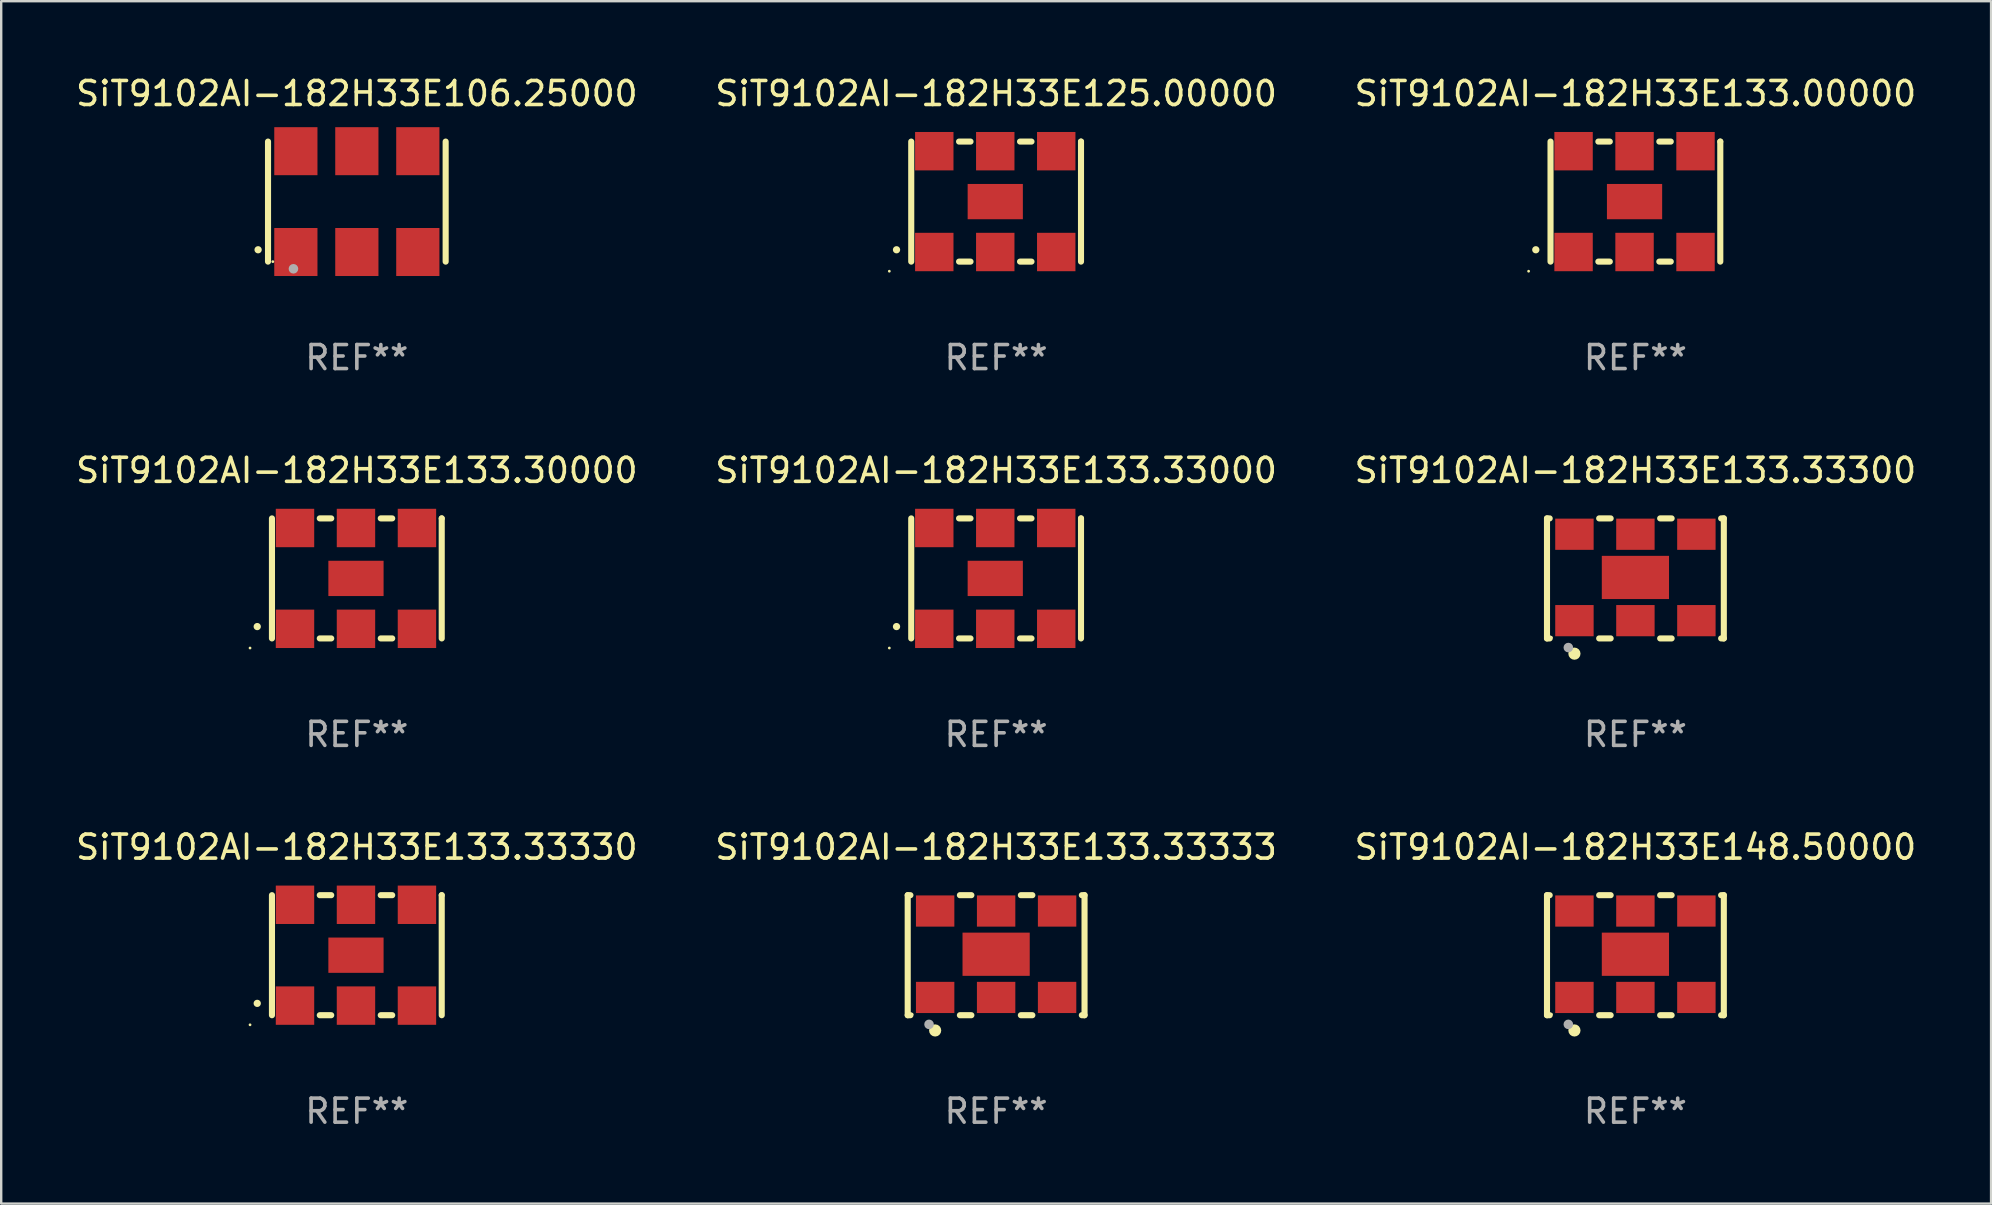
<source format=kicad_pcb>
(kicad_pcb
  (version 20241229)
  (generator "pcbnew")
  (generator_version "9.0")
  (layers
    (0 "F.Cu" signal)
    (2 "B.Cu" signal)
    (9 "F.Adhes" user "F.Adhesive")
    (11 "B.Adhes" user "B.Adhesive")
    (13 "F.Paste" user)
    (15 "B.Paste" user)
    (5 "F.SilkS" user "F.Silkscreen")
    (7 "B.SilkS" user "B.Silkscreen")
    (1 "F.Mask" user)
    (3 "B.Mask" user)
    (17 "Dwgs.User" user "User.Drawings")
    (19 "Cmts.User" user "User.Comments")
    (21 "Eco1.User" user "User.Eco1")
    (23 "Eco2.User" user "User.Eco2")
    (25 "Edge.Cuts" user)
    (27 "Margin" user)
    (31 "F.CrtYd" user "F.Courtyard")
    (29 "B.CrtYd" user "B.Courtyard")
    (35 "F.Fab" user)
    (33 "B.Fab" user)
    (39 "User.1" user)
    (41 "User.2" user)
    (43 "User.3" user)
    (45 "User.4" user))
  (footprint "SiT9102AI-182H33E133.33300"
    (layer "F.Cu")
    (at 65.077 21.045)
    (property "Reference" "SiT9102AI-182H33E133.33300" (at 0 -4.5 0) (layer "F.SilkS") (effects (font (size 1 1) (thickness 0.15))))
    (attr through_hole)
    (fp_line (start -3.683 -2.5) (end -3.571 -2.5) (stroke (width 0.254) (type solid)) (layer "F.SilkS"))
    (fp_line (start -3.683 2.5) (end -3.683 -2.5) (stroke (width 0.254) (type solid)) (layer "F.SilkS"))
    (fp_line (start -3.683 2.5) (end -3.571 2.5) (stroke (width 0.254) (type solid)) (layer "F.SilkS"))
    (fp_line (start -1.509 -2.5) (end -1.031 -2.5) (stroke (width 0.254) (type solid)) (layer "F.SilkS"))
    (fp_line (start -1.509 2.5) (end -1.031 2.5) (stroke (width 0.254) (type solid)) (layer "F.SilkS"))
    (fp_line (start 1.031 -2.5) (end 1.509 -2.5) (stroke (width 0.254) (type solid)) (layer "F.SilkS"))
    (fp_line (start 1.031 2.5) (end 1.509 2.5) (stroke (width 0.254) (type solid)) (layer "F.SilkS"))
    (fp_line (start 3.571 -2.5) (end 3.683 -2.5) (stroke (width 0.254) (type solid)) (layer "F.SilkS"))
    (fp_line (start 3.571 2.5) (end 3.683 2.5) (stroke (width 0.254) (type solid)) (layer "F.SilkS"))
    (fp_line (start 3.683 2.5) (end 3.683 -2.5) (stroke (width 0.254) (type solid)) (layer "F.SilkS"))
    (fp_circle (center -3.5 2.46) (end -3.47 2.46) (stroke (width 0.06) (type solid)) (fill no) (layer "F.SilkS"))
    (fp_circle (center -2.54 3.135) (end -2.413 3.135) (stroke (width 0.254) (type solid)) (fill no) (layer "F.SilkS"))
    (fp_circle (center -2.794 2.881) (end -2.694 2.881) (stroke (width 0.2) (type solid)) (fill no) (layer "F.Fab"))
    (fp_text user "REF**" (at 0 6.5 0) (layer "F.Fab") (effects (font (size 1 1) (thickness 0.15))))
    (pad "1" smd rect (at -2.54 1.76) (size 1.6 1.3) (layers "F.Cu" "F.Mask" "F.Paste"))
    (pad "2" smd rect (at 0 1.76) (size 1.6 1.3) (layers "F.Cu" "F.Mask" "F.Paste"))
    (pad "3" smd rect (at 2.54 1.76) (size 1.6 1.3) (layers "F.Cu" "F.Mask" "F.Paste"))
    (pad "4" smd rect (at 2.54 -1.84) (size 1.6 1.3) (layers "F.Cu" "F.Mask" "F.Paste"))
    (pad "5" smd rect (at 0 -1.84) (size 1.6 1.3) (layers "F.Cu" "F.Mask" "F.Paste"))
    (pad "6" smd rect (at -2.54 -1.84) (size 1.6 1.3) (layers "F.Cu" "F.Mask" "F.Paste"))
    (pad "7" smd rect (at 0 -0.04) (size 2.8 1.8) (layers "F.Cu" "F.Mask" "F.Paste")))
  (footprint "SiT9102AI-182H33E148.50000"
    (layer "F.Cu")
    (at 65.077 36.741)
    (property "Reference" "SiT9102AI-182H33E148.50000" (at 0 -4.5 0) (layer "F.SilkS") (effects (font (size 1 1) (thickness 0.15))))
    (attr through_hole)
    (fp_line (start -3.683 -2.5) (end -3.571 -2.5) (stroke (width 0.254) (type solid)) (layer "F.SilkS"))
    (fp_line (start -3.683 2.5) (end -3.683 -2.5) (stroke (width 0.254) (type solid)) (layer "F.SilkS"))
    (fp_line (start -3.683 2.5) (end -3.571 2.5) (stroke (width 0.254) (type solid)) (layer "F.SilkS"))
    (fp_line (start -1.509 -2.5) (end -1.031 -2.5) (stroke (width 0.254) (type solid)) (layer "F.SilkS"))
    (fp_line (start -1.509 2.5) (end -1.031 2.5) (stroke (width 0.254) (type solid)) (layer "F.SilkS"))
    (fp_line (start 1.031 -2.5) (end 1.509 -2.5) (stroke (width 0.254) (type solid)) (layer "F.SilkS"))
    (fp_line (start 1.031 2.5) (end 1.509 2.5) (stroke (width 0.254) (type solid)) (layer "F.SilkS"))
    (fp_line (start 3.571 -2.5) (end 3.683 -2.5) (stroke (width 0.254) (type solid)) (layer "F.SilkS"))
    (fp_line (start 3.571 2.5) (end 3.683 2.5) (stroke (width 0.254) (type solid)) (layer "F.SilkS"))
    (fp_line (start 3.683 2.5) (end 3.683 -2.5) (stroke (width 0.254) (type solid)) (layer "F.SilkS"))
    (fp_circle (center -3.5 2.46) (end -3.47 2.46) (stroke (width 0.06) (type solid)) (fill no) (layer "F.SilkS"))
    (fp_circle (center -2.54 3.135) (end -2.413 3.135) (stroke (width 0.254) (type solid)) (fill no) (layer "F.SilkS"))
    (fp_circle (center -2.794 2.881) (end -2.694 2.881) (stroke (width 0.2) (type solid)) (fill no) (layer "F.Fab"))
    (fp_text user "REF**" (at 0 6.5 0) (layer "F.Fab") (effects (font (size 1 1) (thickness 0.15))))
    (pad "1" smd rect (at -2.54 1.76) (size 1.6 1.3) (layers "F.Cu" "F.Mask" "F.Paste"))
    (pad "2" smd rect (at 0 1.76) (size 1.6 1.3) (layers "F.Cu" "F.Mask" "F.Paste"))
    (pad "3" smd rect (at 2.54 1.76) (size 1.6 1.3) (layers "F.Cu" "F.Mask" "F.Paste"))
    (pad "4" smd rect (at 2.54 -1.84) (size 1.6 1.3) (layers "F.Cu" "F.Mask" "F.Paste"))
    (pad "5" smd rect (at 0 -1.84) (size 1.6 1.3) (layers "F.Cu" "F.Mask" "F.Paste"))
    (pad "6" smd rect (at -2.54 -1.84) (size 1.6 1.3) (layers "F.Cu" "F.Mask" "F.Paste"))
    (pad "7" smd rect (at 0 -0.04) (size 2.8 1.8) (layers "F.Cu" "F.Mask" "F.Paste")))
  (footprint "SiT9102AI-182H33E106.25000"
    (layer "F.Cu")
    (at 11.815 5.348)
    (property "Reference" "SiT9102AI-182H33E106.25000" (at 0 -4.5 0) (layer "F.SilkS") (effects (font (size 1 1) (thickness 0.15))))
    (attr through_hole)
    (fp_line (start -3.7 -2.5) (end -3.7 2.5) (stroke (width 0.254) (type solid)) (layer "F.SilkS"))
    (fp_line (start 3.7 -2.5) (end 3.7 2.5) (stroke (width 0.254) (type solid)) (layer "F.SilkS"))
    (fp_arc (start -4.114415 2.006604) (mid -4.113145 2.006599) (end -4.111875 2.006604) (stroke (width 0.3) (type solid)) (layer "F.SilkS"))
    (fp_circle (center -3.5 2.501) (end -3.47 2.501) (stroke (width 0.06) (type solid)) (fill no) (layer "F.SilkS"))
    (fp_circle (center -2.641 2.799) (end -2.541 2.799) (stroke (width 0.2) (type solid)) (fill no) (layer "F.Fab"))
    (fp_text user "REF**" (at 0 6.5 0) (layer "F.Fab") (effects (font (size 1 1) (thickness 0.15))))
    (pad "1" smd rect (at -2.54 2.1) (size 1.8 2) (layers "F.Cu" "F.Mask" "F.Paste"))
    (pad "2" smd rect (at 0.000394 2.1) (size 1.8 2) (layers "F.Cu" "F.Mask" "F.Paste"))
    (pad "3" smd rect (at 2.54 2.1) (size 1.8 2) (layers "F.Cu" "F.Mask" "F.Paste"))
    (pad "4" smd rect (at 2.54 -2.1) (size 1.8 2) (layers "F.Cu" "F.Mask" "F.Paste"))
    (pad "5" smd rect (at 0.000394 -2.1) (size 1.8 2) (layers "F.Cu" "F.Mask" "F.Paste"))
    (pad "6" smd rect (at -2.54 -2.1) (size 1.8 2) (layers "F.Cu" "F.Mask" "F.Paste")))
  (footprint "SiT9102AI-182H33E133.30000"
    (layer "F.Cu")
    (at 11.815 21.045)
    (property "Reference" "SiT9102AI-182H33E133.30000" (at 0 -4.5 0) (layer "F.SilkS") (effects (font (size 1 1) (thickness 0.15))))
    (attr through_hole)
    (fp_line (start -3.536 -2.5) (end -3.536 2.5) (stroke (width 0.254) (type solid)) (layer "F.SilkS"))
    (fp_line (start -1.544 2.5) (end -1.067 2.5) (stroke (width 0.254) (type solid)) (layer "F.SilkS"))
    (fp_line (start -1.067 -2.5) (end -1.544 -2.5) (stroke (width 0.254) (type solid)) (layer "F.SilkS"))
    (fp_line (start 0.996 2.5) (end 1.473 2.5) (stroke (width 0.254) (type solid)) (layer "F.SilkS"))
    (fp_line (start 1.473 -2.5) (end 0.996 -2.5) (stroke (width 0.254) (type solid)) (layer "F.SilkS"))
    (fp_line (start 3.536 -2.5) (end 3.536 -2.5) (stroke (width 0.254) (type solid)) (layer "F.SilkS"))
    (fp_line (start 3.536 2.5) (end 3.536 -2.5) (stroke (width 0.254) (type solid)) (layer "F.SilkS"))
    (fp_arc (start -4.150432 2.006604) (mid -4.149162 2.006599) (end -4.147892 2.006604) (stroke (width 0.3) (type solid)) (layer "F.SilkS"))
    (fp_circle (center -4.449 2.9) (end -4.419 2.9) (stroke (width 0.06) (type solid)) (fill no) (layer "F.SilkS"))
    (fp_text user "REF**" (at 0 6.5 0) (layer "F.Fab") (effects (font (size 1 1) (thickness 0.15))))
    (pad "1" smd rect (at -2.576 2.1) (size 1.6 1.6) (layers "F.Cu" "F.Mask" "F.Paste"))
    (pad "2" smd rect (at -0.036 2.1) (size 1.6 1.6) (layers "F.Cu" "F.Mask" "F.Paste"))
    (pad "3" smd rect (at 2.504 2.1) (size 1.6 1.6) (layers "F.Cu" "F.Mask" "F.Paste"))
    (pad "4" smd rect (at 2.504 -2.1) (size 1.6 1.6) (layers "F.Cu" "F.Mask" "F.Paste"))
    (pad "5" smd rect (at -0.036 -2.1) (size 1.6 1.6) (layers "F.Cu" "F.Mask" "F.Paste"))
    (pad "6" smd rect (at -2.576 -2.1) (size 1.6 1.6) (layers "F.Cu" "F.Mask" "F.Paste"))
    (pad "7" smd rect (at -0.036 0) (size 2.3 1.47) (layers "F.Cu" "F.Mask" "F.Paste")))
  (footprint "SiT9102AI-182H33E133.33333"
    (layer "F.Cu")
    (at 38.446 36.741)
    (property "Reference" "SiT9102AI-182H33E133.33333" (at 0 -4.5 0) (layer "F.SilkS") (effects (font (size 1 1) (thickness 0.15))))
    (attr through_hole)
    (fp_line (start -3.683 -2.5) (end -3.571 -2.5) (stroke (width 0.254) (type solid)) (layer "F.SilkS"))
    (fp_line (start -3.683 2.5) (end -3.683 -2.5) (stroke (width 0.254) (type solid)) (layer "F.SilkS"))
    (fp_line (start -3.683 2.5) (end -3.571 2.5) (stroke (width 0.254) (type solid)) (layer "F.SilkS"))
    (fp_line (start -1.509 -2.5) (end -1.031 -2.5) (stroke (width 0.254) (type solid)) (layer "F.SilkS"))
    (fp_line (start -1.509 2.5) (end -1.031 2.5) (stroke (width 0.254) (type solid)) (layer "F.SilkS"))
    (fp_line (start 1.031 -2.5) (end 1.509 -2.5) (stroke (width 0.254) (type solid)) (layer "F.SilkS"))
    (fp_line (start 1.031 2.5) (end 1.509 2.5) (stroke (width 0.254) (type solid)) (layer "F.SilkS"))
    (fp_line (start 3.571 -2.5) (end 3.683 -2.5) (stroke (width 0.254) (type solid)) (layer "F.SilkS"))
    (fp_line (start 3.571 2.5) (end 3.683 2.5) (stroke (width 0.254) (type solid)) (layer "F.SilkS"))
    (fp_line (start 3.683 2.5) (end 3.683 -2.5) (stroke (width 0.254) (type solid)) (layer "F.SilkS"))
    (fp_circle (center -3.5 2.46) (end -3.47 2.46) (stroke (width 0.06) (type solid)) (fill no) (layer "F.SilkS"))
    (fp_circle (center -2.54 3.135) (end -2.413 3.135) (stroke (width 0.254) (type solid)) (fill no) (layer "F.SilkS"))
    (fp_circle (center -2.794 2.881) (end -2.694 2.881) (stroke (width 0.2) (type solid)) (fill no) (layer "F.Fab"))
    (fp_text user "REF**" (at 0 6.5 0) (layer "F.Fab") (effects (font (size 1 1) (thickness 0.15))))
    (pad "1" smd rect (at -2.54 1.76) (size 1.6 1.3) (layers "F.Cu" "F.Mask" "F.Paste"))
    (pad "2" smd rect (at 0 1.76) (size 1.6 1.3) (layers "F.Cu" "F.Mask" "F.Paste"))
    (pad "3" smd rect (at 2.54 1.76) (size 1.6 1.3) (layers "F.Cu" "F.Mask" "F.Paste"))
    (pad "4" smd rect (at 2.54 -1.84) (size 1.6 1.3) (layers "F.Cu" "F.Mask" "F.Paste"))
    (pad "5" smd rect (at 0 -1.84) (size 1.6 1.3) (layers "F.Cu" "F.Mask" "F.Paste"))
    (pad "6" smd rect (at -2.54 -1.84) (size 1.6 1.3) (layers "F.Cu" "F.Mask" "F.Paste"))
    (pad "7" smd rect (at 0 -0.04) (size 2.8 1.8) (layers "F.Cu" "F.Mask" "F.Paste")))
  (footprint "SiT9102AI-182H33E133.33000"
    (layer "F.Cu")
    (at 38.446 21.045)
    (property "Reference" "SiT9102AI-182H33E133.33000" (at 0 -4.5 0) (layer "F.SilkS") (effects (font (size 1 1) (thickness 0.15))))
    (attr through_hole)
    (fp_line (start -3.536 -2.5) (end -3.536 2.5) (stroke (width 0.254) (type solid)) (layer "F.SilkS"))
    (fp_line (start -1.544 2.5) (end -1.067 2.5) (stroke (width 0.254) (type solid)) (layer "F.SilkS"))
    (fp_line (start -1.067 -2.5) (end -1.544 -2.5) (stroke (width 0.254) (type solid)) (layer "F.SilkS"))
    (fp_line (start 0.996 2.5) (end 1.473 2.5) (stroke (width 0.254) (type solid)) (layer "F.SilkS"))
    (fp_line (start 1.473 -2.5) (end 0.996 -2.5) (stroke (width 0.254) (type solid)) (layer "F.SilkS"))
    (fp_line (start 3.536 -2.5) (end 3.536 -2.5) (stroke (width 0.254) (type solid)) (layer "F.SilkS"))
    (fp_line (start 3.536 2.5) (end 3.536 -2.5) (stroke (width 0.254) (type solid)) (layer "F.SilkS"))
    (fp_arc (start -4.150432 2.006604) (mid -4.149162 2.006599) (end -4.147892 2.006604) (stroke (width 0.3) (type solid)) (layer "F.SilkS"))
    (fp_circle (center -4.449 2.9) (end -4.419 2.9) (stroke (width 0.06) (type solid)) (fill no) (layer "F.SilkS"))
    (fp_text user "REF**" (at 0 6.5 0) (layer "F.Fab") (effects (font (size 1 1) (thickness 0.15))))
    (pad "1" smd rect (at -2.576 2.1) (size 1.6 1.6) (layers "F.Cu" "F.Mask" "F.Paste"))
    (pad "2" smd rect (at -0.036 2.1) (size 1.6 1.6) (layers "F.Cu" "F.Mask" "F.Paste"))
    (pad "3" smd rect (at 2.504 2.1) (size 1.6 1.6) (layers "F.Cu" "F.Mask" "F.Paste"))
    (pad "4" smd rect (at 2.504 -2.1) (size 1.6 1.6) (layers "F.Cu" "F.Mask" "F.Paste"))
    (pad "5" smd rect (at -0.036 -2.1) (size 1.6 1.6) (layers "F.Cu" "F.Mask" "F.Paste"))
    (pad "6" smd rect (at -2.576 -2.1) (size 1.6 1.6) (layers "F.Cu" "F.Mask" "F.Paste"))
    (pad "7" smd rect (at -0.036 0) (size 2.3 1.47) (layers "F.Cu" "F.Mask" "F.Paste")))
  (footprint "SiT9102AI-182H33E133.00000"
    (layer "F.Cu")
    (at 65.077 5.348)
    (property "Reference" "SiT9102AI-182H33E133.00000" (at 0 -4.5 0) (layer "F.SilkS") (effects (font (size 1 1) (thickness 0.15))))
    (attr through_hole)
    (fp_line (start -3.536 -2.5) (end -3.536 2.5) (stroke (width 0.254) (type solid)) (layer "F.SilkS"))
    (fp_line (start -1.544 2.5) (end -1.067 2.5) (stroke (width 0.254) (type solid)) (layer "F.SilkS"))
    (fp_line (start -1.067 -2.5) (end -1.544 -2.5) (stroke (width 0.254) (type solid)) (layer "F.SilkS"))
    (fp_line (start 0.996 2.5) (end 1.473 2.5) (stroke (width 0.254) (type solid)) (layer "F.SilkS"))
    (fp_line (start 1.473 -2.5) (end 0.996 -2.5) (stroke (width 0.254) (type solid)) (layer "F.SilkS"))
    (fp_line (start 3.536 -2.5) (end 3.536 -2.5) (stroke (width 0.254) (type solid)) (layer "F.SilkS"))
    (fp_line (start 3.536 2.5) (end 3.536 -2.5) (stroke (width 0.254) (type solid)) (layer "F.SilkS"))
    (fp_arc (start -4.150432 2.006604) (mid -4.149162 2.006599) (end -4.147892 2.006604) (stroke (width 0.3) (type solid)) (layer "F.SilkS"))
    (fp_circle (center -4.449 2.9) (end -4.419 2.9) (stroke (width 0.06) (type solid)) (fill no) (layer "F.SilkS"))
    (fp_text user "REF**" (at 0 6.5 0) (layer "F.Fab") (effects (font (size 1 1) (thickness 0.15))))
    (pad "1" smd rect (at -2.576 2.1) (size 1.6 1.6) (layers "F.Cu" "F.Mask" "F.Paste"))
    (pad "2" smd rect (at -0.036 2.1) (size 1.6 1.6) (layers "F.Cu" "F.Mask" "F.Paste"))
    (pad "3" smd rect (at 2.504 2.1) (size 1.6 1.6) (layers "F.Cu" "F.Mask" "F.Paste"))
    (pad "4" smd rect (at 2.504 -2.1) (size 1.6 1.6) (layers "F.Cu" "F.Mask" "F.Paste"))
    (pad "5" smd rect (at -0.036 -2.1) (size 1.6 1.6) (layers "F.Cu" "F.Mask" "F.Paste"))
    (pad "6" smd rect (at -2.576 -2.1) (size 1.6 1.6) (layers "F.Cu" "F.Mask" "F.Paste"))
    (pad "7" smd rect (at -0.036 0) (size 2.3 1.47) (layers "F.Cu" "F.Mask" "F.Paste")))
  (footprint "SiT9102AI-182H33E125.00000"
    (layer "F.Cu")
    (at 38.446 5.348)
    (property "Reference" "SiT9102AI-182H33E125.00000" (at 0 -4.5 0) (layer "F.SilkS") (effects (font (size 1 1) (thickness 0.15))))
    (attr through_hole)
    (fp_line (start -3.536 -2.5) (end -3.536 2.5) (stroke (width 0.254) (type solid)) (layer "F.SilkS"))
    (fp_line (start -1.544 2.5) (end -1.067 2.5) (stroke (width 0.254) (type solid)) (layer "F.SilkS"))
    (fp_line (start -1.067 -2.5) (end -1.544 -2.5) (stroke (width 0.254) (type solid)) (layer "F.SilkS"))
    (fp_line (start 0.996 2.5) (end 1.473 2.5) (stroke (width 0.254) (type solid)) (layer "F.SilkS"))
    (fp_line (start 1.473 -2.5) (end 0.996 -2.5) (stroke (width 0.254) (type solid)) (layer "F.SilkS"))
    (fp_line (start 3.536 -2.5) (end 3.536 -2.5) (stroke (width 0.254) (type solid)) (layer "F.SilkS"))
    (fp_line (start 3.536 2.5) (end 3.536 -2.5) (stroke (width 0.254) (type solid)) (layer "F.SilkS"))
    (fp_arc (start -4.150432 2.006604) (mid -4.149162 2.006599) (end -4.147892 2.006604) (stroke (width 0.3) (type solid)) (layer "F.SilkS"))
    (fp_circle (center -4.449 2.9) (end -4.419 2.9) (stroke (width 0.06) (type solid)) (fill no) (layer "F.SilkS"))
    (fp_text user "REF**" (at 0 6.5 0) (layer "F.Fab") (effects (font (size 1 1) (thickness 0.15))))
    (pad "1" smd rect (at -2.576 2.1) (size 1.6 1.6) (layers "F.Cu" "F.Mask" "F.Paste"))
    (pad "2" smd rect (at -0.036 2.1) (size 1.6 1.6) (layers "F.Cu" "F.Mask" "F.Paste"))
    (pad "3" smd rect (at 2.504 2.1) (size 1.6 1.6) (layers "F.Cu" "F.Mask" "F.Paste"))
    (pad "4" smd rect (at 2.504 -2.1) (size 1.6 1.6) (layers "F.Cu" "F.Mask" "F.Paste"))
    (pad "5" smd rect (at -0.036 -2.1) (size 1.6 1.6) (layers "F.Cu" "F.Mask" "F.Paste"))
    (pad "6" smd rect (at -2.576 -2.1) (size 1.6 1.6) (layers "F.Cu" "F.Mask" "F.Paste"))
    (pad "7" smd rect (at -0.036 0) (size 2.3 1.47) (layers "F.Cu" "F.Mask" "F.Paste")))
  (footprint "SiT9102AI-182H33E133.33330"
    (layer "F.Cu")
    (at 11.815 36.741)
    (property "Reference" "SiT9102AI-182H33E133.33330" (at 0 -4.5 0) (layer "F.SilkS") (effects (font (size 1 1) (thickness 0.15))))
    (attr through_hole)
    (fp_line (start -3.536 -2.5) (end -3.536 2.5) (stroke (width 0.254) (type solid)) (layer "F.SilkS"))
    (fp_line (start -1.544 2.5) (end -1.067 2.5) (stroke (width 0.254) (type solid)) (layer "F.SilkS"))
    (fp_line (start -1.067 -2.5) (end -1.544 -2.5) (stroke (width 0.254) (type solid)) (layer "F.SilkS"))
    (fp_line (start 0.996 2.5) (end 1.473 2.5) (stroke (width 0.254) (type solid)) (layer "F.SilkS"))
    (fp_line (start 1.473 -2.5) (end 0.996 -2.5) (stroke (width 0.254) (type solid)) (layer "F.SilkS"))
    (fp_line (start 3.536 -2.5) (end 3.536 -2.5) (stroke (width 0.254) (type solid)) (layer "F.SilkS"))
    (fp_line (start 3.536 2.5) (end 3.536 -2.5) (stroke (width 0.254) (type solid)) (layer "F.SilkS"))
    (fp_arc (start -4.150432 2.006604) (mid -4.149162 2.006599) (end -4.147892 2.006604) (stroke (width 0.3) (type solid)) (layer "F.SilkS"))
    (fp_circle (center -4.449 2.9) (end -4.419 2.9) (stroke (width 0.06) (type solid)) (fill no) (layer "F.SilkS"))
    (fp_text user "REF**" (at 0 6.5 0) (layer "F.Fab") (effects (font (size 1 1) (thickness 0.15))))
    (pad "1" smd rect (at -2.576 2.1) (size 1.6 1.6) (layers "F.Cu" "F.Mask" "F.Paste"))
    (pad "2" smd rect (at -0.036 2.1) (size 1.6 1.6) (layers "F.Cu" "F.Mask" "F.Paste"))
    (pad "3" smd rect (at 2.504 2.1) (size 1.6 1.6) (layers "F.Cu" "F.Mask" "F.Paste"))
    (pad "4" smd rect (at 2.504 -2.1) (size 1.6 1.6) (layers "F.Cu" "F.Mask" "F.Paste"))
    (pad "5" smd rect (at -0.036 -2.1) (size 1.6 1.6) (layers "F.Cu" "F.Mask" "F.Paste"))
    (pad "6" smd rect (at -2.576 -2.1) (size 1.6 1.6) (layers "F.Cu" "F.Mask" "F.Paste"))
    (pad "7" smd rect (at -0.036 0) (size 2.3 1.47) (layers "F.Cu" "F.Mask" "F.Paste")))
  (gr_rect
    (start -3 -3)
    (end 79.893 47.09)
    (stroke (width 0.1) (type default))
    (fill no)
    (layer "Edge.Cuts")))
</source>
